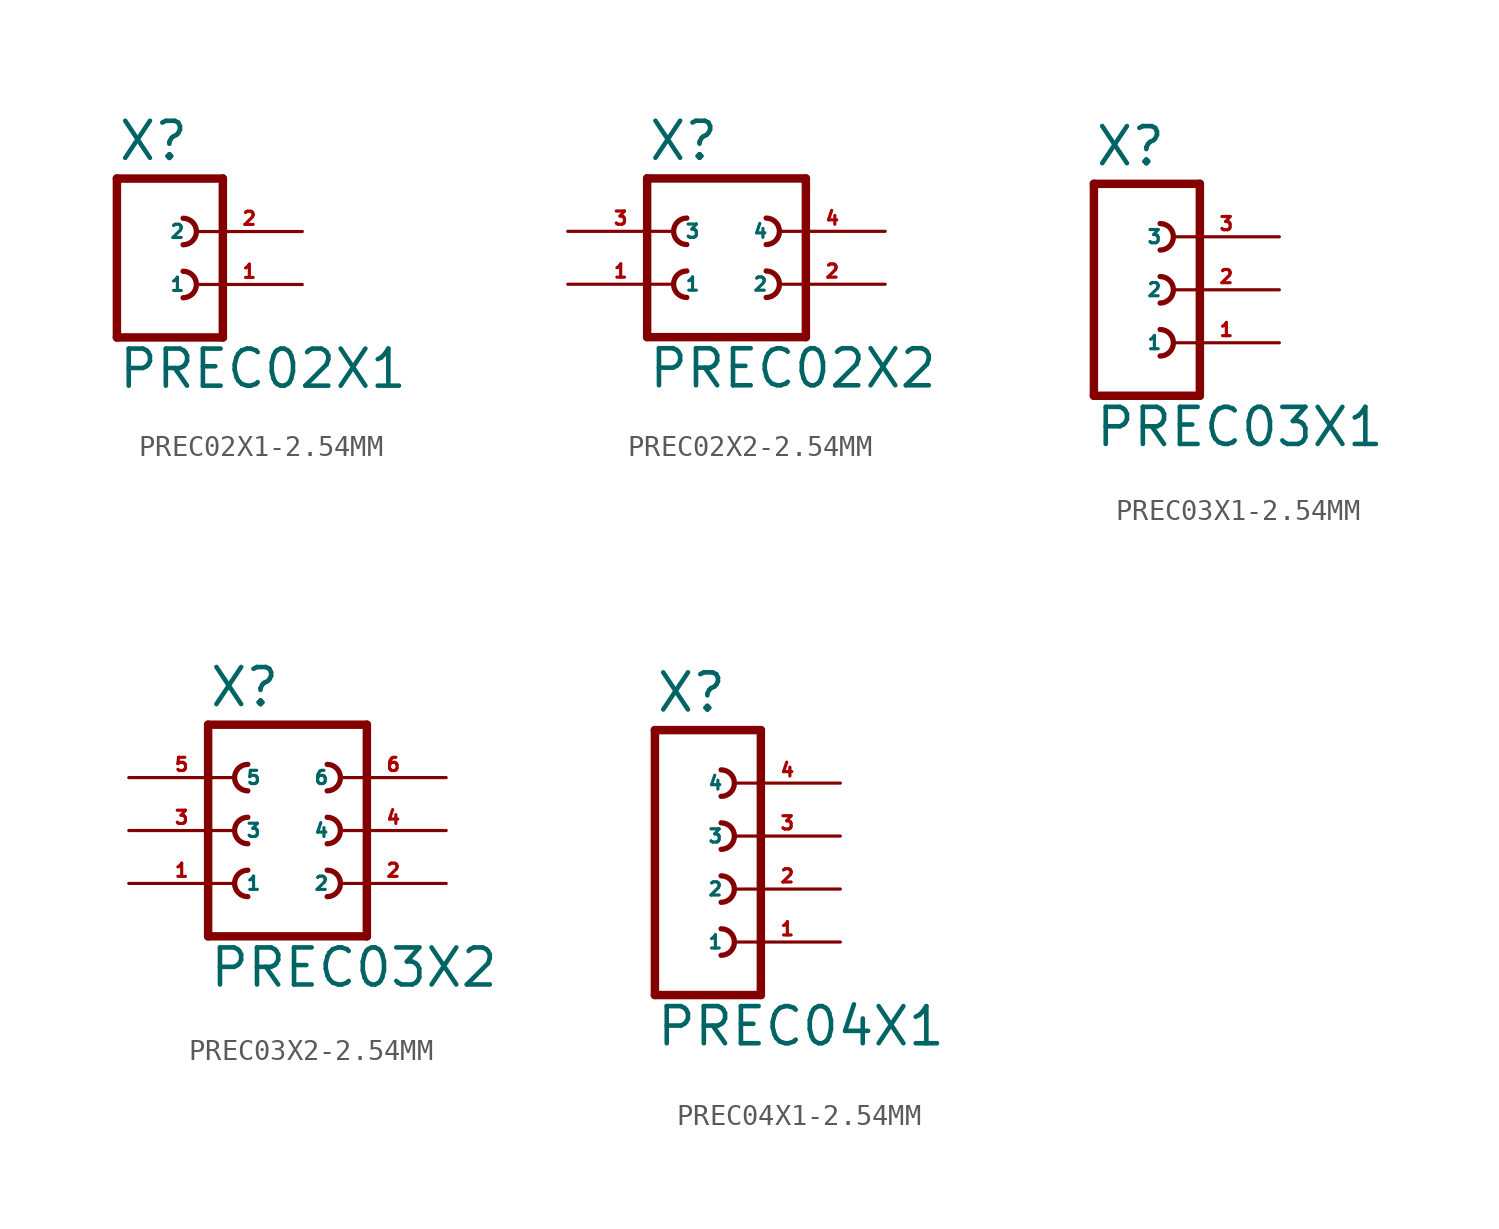
<source format=kicad_sym>
(kicad_symbol_lib
  (version 20220914)
  (generator Eagle2Kicad)
  (symbol "PREC02X1-2.54MM"
    (property "Reference" "X"
      (at -1.27 5.842 0)
      (effects (font (size 1.778 1.778) (thickness 0.22)) (justify left bottom)))
    (property "Value" "PREC02X1"
      (at -1.27 -5.08 0)
      (effects (font (size 1.778 1.778) (thickness 0.22)) (justify left bottom)))
    (polyline
      (pts (xy 3.81 -2.54) (xy -1.27 -2.54))
      (stroke (width 0.406) (type default))
      (fill (type none)))
    (arc
      (start 1.905 -0.635)
      (mid 2.540 0.000)
      (end 1.905 0.635)
      (stroke (width 0.254) (type default))
      (fill (type none)))
    (polyline
      (pts (xy -1.27 5.08) (xy -1.27 -2.54))
      (stroke (width 0.406) (type default))
      (fill (type none)))
    (polyline
      (pts (xy 3.81 -2.54) (xy 3.81 5.08))
      (stroke (width 0.406) (type default))
      (fill (type none)))
    (polyline
      (pts (xy -1.27 5.08) (xy 3.81 5.08))
      (stroke (width 0.406) (type default))
      (fill (type none)))
    (arc
      (start 1.905 1.905)
      (mid 2.540 2.540)
      (end 1.905 3.175)
      (stroke (width 0.254) (type default))
      (fill (type none)))
    (pin passive line
      (at 7.62 0 180)
      (length 5.08)
      (name "1" (effects (font (size 0.635 0.635) (thickness 0.08)) (justify left bottom)))
      (number "1" (effects (font (size 0.635 0.635) (thickness 0.08)) (justify left bottom))))
    (pin passive line
      (at 7.62 2.54 180)
      (length 5.08)
      (name "2" (effects (font (size 0.635 0.635) (thickness 0.08)) (justify left bottom)))
      (number "2" (effects (font (size 0.635 0.635) (thickness 0.08)) (justify left bottom)))))
  (symbol "PREC02X2-2.54MM"
    (property "Reference" "X"
      (at -3.81 5.842 0)
      (effects (font (size 1.778 1.778) (thickness 0.22)) (justify left bottom)))
    (property "Value" "PREC02X2"
      (at -3.81 -5.08 0)
      (effects (font (size 1.778 1.778) (thickness 0.22)) (justify left bottom)))
    (polyline
      (pts (xy 3.81 -2.54) (xy -3.81 -2.54))
      (stroke (width 0.406) (type default))
      (fill (type none)))
    (arc
      (start -1.905 0.635)
      (mid -2.540 0.000)
      (end -1.905 -0.635)
      (stroke (width 0.254) (type default))
      (fill (type none)))
    (arc
      (start 1.905 -0.635)
      (mid 2.540 0.000)
      (end 1.905 0.635)
      (stroke (width 0.254) (type default))
      (fill (type none)))
    (arc
      (start -1.905 3.175)
      (mid -2.540 2.540)
      (end -1.905 1.905)
      (stroke (width 0.254) (type default))
      (fill (type none)))
    (arc
      (start 1.905 1.905)
      (mid 2.540 2.540)
      (end 1.905 3.175)
      (stroke (width 0.254) (type default))
      (fill (type none)))
    (polyline
      (pts (xy -3.81 5.08) (xy -3.81 -2.54))
      (stroke (width 0.406) (type default))
      (fill (type none)))
    (polyline
      (pts (xy 3.81 -2.54) (xy 3.81 5.08))
      (stroke (width 0.406) (type default))
      (fill (type none)))
    (polyline
      (pts (xy -3.81 5.08) (xy 3.81 5.08))
      (stroke (width 0.406) (type default))
      (fill (type none)))
    (pin passive line
      (at -7.62 0 0)
      (length 5.08)
      (name "1" (effects (font (size 0.635 0.635) (thickness 0.08)) (justify left bottom)))
      (number "1" (effects (font (size 0.635 0.635) (thickness 0.08)) (justify left bottom))))
    (pin passive line
      (at 7.62 0 180)
      (length 5.08)
      (name "2" (effects (font (size 0.635 0.635) (thickness 0.08)) (justify left bottom)))
      (number "2" (effects (font (size 0.635 0.635) (thickness 0.08)) (justify left bottom))))
    (pin passive line
      (at -7.62 2.54 0)
      (length 5.08)
      (name "3" (effects (font (size 0.635 0.635) (thickness 0.08)) (justify left bottom)))
      (number "3" (effects (font (size 0.635 0.635) (thickness 0.08)) (justify left bottom))))
    (pin passive line
      (at 7.62 2.54 180)
      (length 5.08)
      (name "4" (effects (font (size 0.635 0.635) (thickness 0.08)) (justify left bottom)))
      (number "4" (effects (font (size 0.635 0.635) (thickness 0.08)) (justify left bottom)))))
  (symbol "PREC03X1-2.54MM"
    (property "Reference" "X"
      (at -1.27 5.842 0)
      (effects (font (size 1.778 1.778) (thickness 0.22)) (justify left bottom)))
    (property "Value" "PREC03X1"
      (at -1.27 -7.62 0)
      (effects (font (size 1.778 1.778) (thickness 0.22)) (justify left bottom)))
    (polyline
      (pts (xy 3.81 -5.08) (xy -1.27 -5.08))
      (stroke (width 0.406) (type default))
      (fill (type none)))
    (arc
      (start 1.905 -0.635)
      (mid 2.540 0.000)
      (end 1.905 0.635)
      (stroke (width 0.254) (type default))
      (fill (type none)))
    (arc
      (start 1.905 -3.175)
      (mid 2.540 -2.540)
      (end 1.905 -1.905)
      (stroke (width 0.254) (type default))
      (fill (type none)))
    (polyline
      (pts (xy -1.27 5.08) (xy -1.27 -5.08))
      (stroke (width 0.406) (type default))
      (fill (type none)))
    (polyline
      (pts (xy 3.81 -5.08) (xy 3.81 5.08))
      (stroke (width 0.406) (type default))
      (fill (type none)))
    (polyline
      (pts (xy -1.27 5.08) (xy 3.81 5.08))
      (stroke (width 0.406) (type default))
      (fill (type none)))
    (arc
      (start 1.905 1.905)
      (mid 2.540 2.540)
      (end 1.905 3.175)
      (stroke (width 0.254) (type default))
      (fill (type none)))
    (pin passive line
      (at 7.62 -2.54 180)
      (length 5.08)
      (name "1" (effects (font (size 0.635 0.635) (thickness 0.08)) (justify left bottom)))
      (number "1" (effects (font (size 0.635 0.635) (thickness 0.08)) (justify left bottom))))
    (pin passive line
      (at 7.62 0 180)
      (length 5.08)
      (name "2" (effects (font (size 0.635 0.635) (thickness 0.08)) (justify left bottom)))
      (number "2" (effects (font (size 0.635 0.635) (thickness 0.08)) (justify left bottom))))
    (pin passive line
      (at 7.62 2.54 180)
      (length 5.08)
      (name "3" (effects (font (size 0.635 0.635) (thickness 0.08)) (justify left bottom)))
      (number "3" (effects (font (size 0.635 0.635) (thickness 0.08)) (justify left bottom)))))
  (symbol "PREC03X2-2.54MM"
    (property "Reference" "X"
      (at -3.81 5.842 0)
      (effects (font (size 1.778 1.778) (thickness 0.22)) (justify left bottom)))
    (property "Value" "PREC03X2"
      (at -3.81 -7.62 0)
      (effects (font (size 1.778 1.778) (thickness 0.22)) (justify left bottom)))
    (polyline
      (pts (xy 3.81 -5.08) (xy -3.81 -5.08))
      (stroke (width 0.406) (type default))
      (fill (type none)))
    (arc
      (start -1.905 0.635)
      (mid -2.540 0.000)
      (end -1.905 -0.635)
      (stroke (width 0.254) (type default))
      (fill (type none)))
    (arc
      (start -1.905 -1.905)
      (mid -2.540 -2.540)
      (end -1.905 -3.175)
      (stroke (width 0.254) (type default))
      (fill (type none)))
    (arc
      (start 1.905 -0.635)
      (mid 2.540 0.000)
      (end 1.905 0.635)
      (stroke (width 0.254) (type default))
      (fill (type none)))
    (arc
      (start 1.905 -3.175)
      (mid 2.540 -2.540)
      (end 1.905 -1.905)
      (stroke (width 0.254) (type default))
      (fill (type none)))
    (polyline
      (pts (xy -3.81 5.08) (xy -3.81 -5.08))
      (stroke (width 0.406) (type default))
      (fill (type none)))
    (polyline
      (pts (xy 3.81 -5.08) (xy 3.81 5.08))
      (stroke (width 0.406) (type default))
      (fill (type none)))
    (polyline
      (pts (xy -3.81 5.08) (xy 3.81 5.08))
      (stroke (width 0.406) (type default))
      (fill (type none)))
    (arc
      (start -1.905 3.175)
      (mid -2.540 2.540)
      (end -1.905 1.905)
      (stroke (width 0.254) (type default))
      (fill (type none)))
    (arc
      (start 1.905 1.905)
      (mid 2.540 2.540)
      (end 1.905 3.175)
      (stroke (width 0.254) (type default))
      (fill (type none)))
    (pin passive line
      (at -7.62 -2.54 0)
      (length 5.08)
      (name "1" (effects (font (size 0.635 0.635) (thickness 0.08)) (justify left bottom)))
      (number "1" (effects (font (size 0.635 0.635) (thickness 0.08)) (justify left bottom))))
    (pin passive line
      (at 7.62 -2.54 180)
      (length 5.08)
      (name "2" (effects (font (size 0.635 0.635) (thickness 0.08)) (justify left bottom)))
      (number "2" (effects (font (size 0.635 0.635) (thickness 0.08)) (justify left bottom))))
    (pin passive line
      (at -7.62 0 0)
      (length 5.08)
      (name "3" (effects (font (size 0.635 0.635) (thickness 0.08)) (justify left bottom)))
      (number "3" (effects (font (size 0.635 0.635) (thickness 0.08)) (justify left bottom))))
    (pin passive line
      (at 7.62 0 180)
      (length 5.08)
      (name "4" (effects (font (size 0.635 0.635) (thickness 0.08)) (justify left bottom)))
      (number "4" (effects (font (size 0.635 0.635) (thickness 0.08)) (justify left bottom))))
    (pin passive line
      (at -7.62 2.54 0)
      (length 5.08)
      (name "5" (effects (font (size 0.635 0.635) (thickness 0.08)) (justify left bottom)))
      (number "5" (effects (font (size 0.635 0.635) (thickness 0.08)) (justify left bottom))))
    (pin passive line
      (at 7.62 2.54 180)
      (length 5.08)
      (name "6" (effects (font (size 0.635 0.635) (thickness 0.08)) (justify left bottom)))
      (number "6" (effects (font (size 0.635 0.635) (thickness 0.08)) (justify left bottom)))))
  (symbol "PREC04X1-2.54MM"
    (property "Reference" "X"
      (at -1.27 8.382 0)
      (effects (font (size 1.778 1.778) (thickness 0.22)) (justify left bottom)))
    (property "Value" "PREC04X1"
      (at -1.27 -7.62 0)
      (effects (font (size 1.778 1.778) (thickness 0.22)) (justify left bottom)))
    (polyline
      (pts (xy 3.81 -5.08) (xy -1.27 -5.08))
      (stroke (width 0.406) (type default))
      (fill (type none)))
    (arc
      (start 1.905 -0.635)
      (mid 2.540 0.000)
      (end 1.905 0.635)
      (stroke (width 0.254) (type default))
      (fill (type none)))
    (arc
      (start 1.905 -3.175)
      (mid 2.540 -2.540)
      (end 1.905 -1.905)
      (stroke (width 0.254) (type default))
      (fill (type none)))
    (polyline
      (pts (xy -1.27 7.62) (xy -1.27 -5.08))
      (stroke (width 0.406) (type default))
      (fill (type none)))
    (polyline
      (pts (xy 3.81 -5.08) (xy 3.81 7.62))
      (stroke (width 0.406) (type default))
      (fill (type none)))
    (polyline
      (pts (xy -1.27 7.62) (xy 3.81 7.62))
      (stroke (width 0.406) (type default))
      (fill (type none)))
    (arc
      (start 1.905 4.445)
      (mid 2.540 5.080)
      (end 1.905 5.715)
      (stroke (width 0.254) (type default))
      (fill (type none)))
    (arc
      (start 1.905 1.905)
      (mid 2.540 2.540)
      (end 1.905 3.175)
      (stroke (width 0.254) (type default))
      (fill (type none)))
    (pin passive line
      (at 7.62 -2.54 180)
      (length 5.08)
      (name "1" (effects (font (size 0.635 0.635) (thickness 0.08)) (justify left bottom)))
      (number "1" (effects (font (size 0.635 0.635) (thickness 0.08)) (justify left bottom))))
    (pin passive line
      (at 7.62 0 180)
      (length 5.08)
      (name "2" (effects (font (size 0.635 0.635) (thickness 0.08)) (justify left bottom)))
      (number "2" (effects (font (size 0.635 0.635) (thickness 0.08)) (justify left bottom))))
    (pin passive line
      (at 7.62 2.54 180)
      (length 5.08)
      (name "3" (effects (font (size 0.635 0.635) (thickness 0.08)) (justify left bottom)))
      (number "3" (effects (font (size 0.635 0.635) (thickness 0.08)) (justify left bottom))))
    (pin passive line
      (at 7.62 5.08 180)
      (length 5.08)
      (name "4" (effects (font (size 0.635 0.635) (thickness 0.08)) (justify left bottom)))
      (number "4" (effects (font (size 0.635 0.635) (thickness 0.08)) (justify left bottom))))))
</source>
